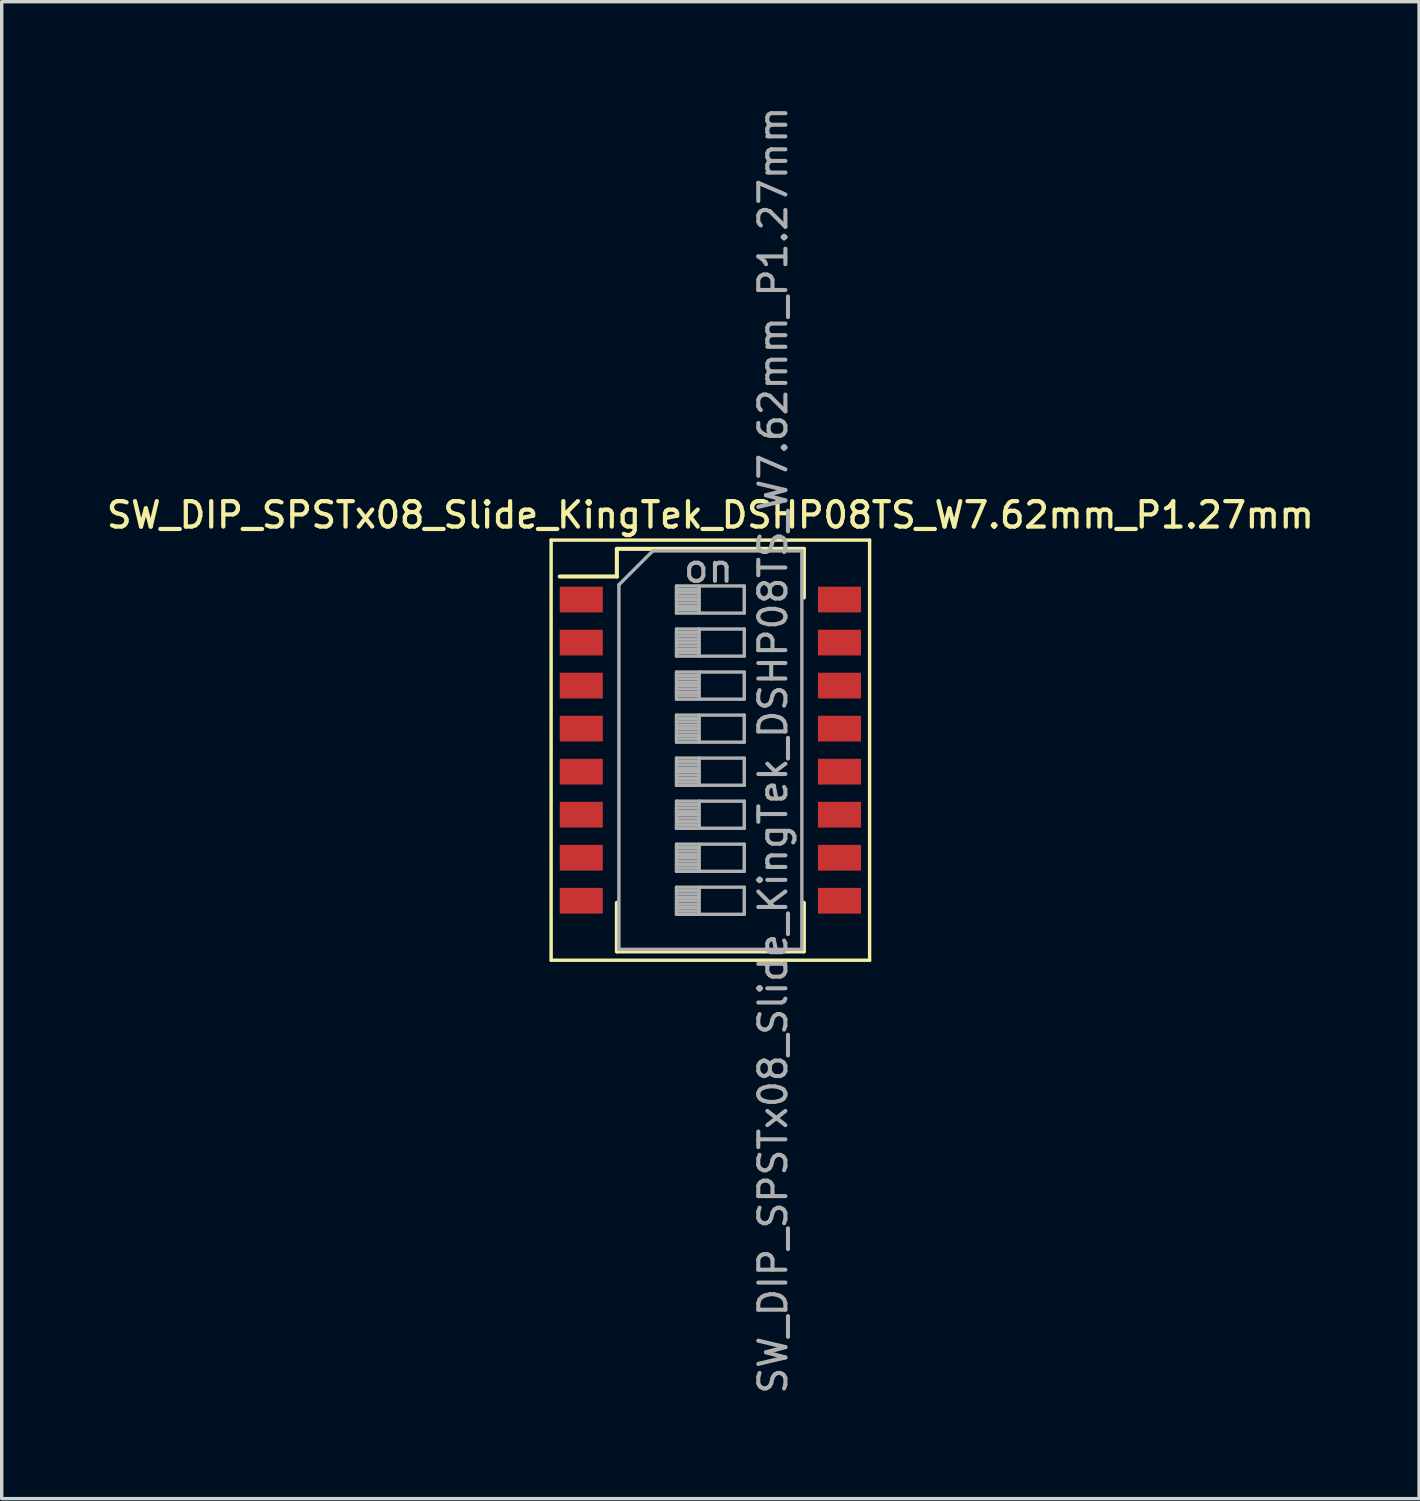
<source format=kicad_pcb>
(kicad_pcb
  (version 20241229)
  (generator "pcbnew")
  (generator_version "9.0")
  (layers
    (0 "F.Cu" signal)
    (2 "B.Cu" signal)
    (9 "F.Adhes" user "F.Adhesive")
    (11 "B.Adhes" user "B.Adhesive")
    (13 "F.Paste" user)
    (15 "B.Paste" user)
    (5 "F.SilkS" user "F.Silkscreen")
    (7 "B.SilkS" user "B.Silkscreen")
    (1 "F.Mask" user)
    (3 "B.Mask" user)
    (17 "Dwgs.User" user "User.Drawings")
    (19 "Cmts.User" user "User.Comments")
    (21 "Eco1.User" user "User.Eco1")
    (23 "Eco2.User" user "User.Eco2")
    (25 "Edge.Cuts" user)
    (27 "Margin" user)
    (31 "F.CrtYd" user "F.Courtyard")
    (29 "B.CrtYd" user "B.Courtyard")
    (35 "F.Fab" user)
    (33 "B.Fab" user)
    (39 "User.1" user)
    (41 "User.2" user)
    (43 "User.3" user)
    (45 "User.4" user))
  (footprint "SW_DIP_SPSTx08_Slide_KingTek_DSHP08TS_W7.62mm_P1.27mm"
    (layer "F.Cu")
    (at 17.916 19.09)
    (property "Reference" "SW_DIP_SPSTx08_Slide_KingTek_DSHP08TS_W7.62mm_P1.27mm" (at 0 -6.94 0) (layer "F.SilkS") (effects (font (size 0.75 0.75) (thickness 0.125))))
    (attr smd)
    (fp_line (start -4.7 -6.2) (end -4.7 6.2) (stroke (width 0.1) (type solid)) (layer "F.SilkS"))
    (fp_line (start -4.7 6.2) (end 4.7 6.2) (stroke (width 0.1) (type solid)) (layer "F.SilkS"))
    (fp_line (start -4.446 -5.125) (end -2.76 -5.125) (stroke (width 0.12) (type solid)) (layer "F.SilkS"))
    (fp_line (start -2.76 -5.941) (end -2.76 -5.125) (stroke (width 0.12) (type solid)) (layer "F.SilkS"))
    (fp_line (start -2.76 -5.941) (end 2.76 -5.941) (stroke (width 0.12) (type solid)) (layer "F.SilkS"))
    (fp_line (start -2.76 4.505) (end -2.76 5.94) (stroke (width 0.12) (type solid)) (layer "F.SilkS"))
    (fp_line (start -2.76 5.94) (end 2.76 5.94) (stroke (width 0.12) (type solid)) (layer "F.SilkS"))
    (fp_line (start 2.76 -5.941) (end 2.76 -4.506) (stroke (width 0.12) (type solid)) (layer "F.SilkS"))
    (fp_line (start 2.76 4.505) (end 2.76 5.94) (stroke (width 0.12) (type solid)) (layer "F.SilkS"))
    (fp_line (start 4.7 -6.2) (end -4.7 -6.2) (stroke (width 0.1) (type solid)) (layer "F.SilkS"))
    (fp_line (start 4.7 6.2) (end 4.7 -6.2) (stroke (width 0.1) (type solid)) (layer "F.SilkS"))
    (fp_line (start -2.7 -4.88) (end -1.7 -5.88) (stroke (width 0.1) (type solid)) (layer "F.Fab"))
    (fp_line (start -2.7 5.88) (end -2.7 -4.88) (stroke (width 0.1) (type solid)) (layer "F.Fab"))
    (fp_line (start -1.7 -5.88) (end 2.7 -5.88) (stroke (width 0.1) (type solid)) (layer "F.Fab"))
    (fp_line (start -1 -4.845) (end -1 -4.045) (stroke (width 0.1) (type solid)) (layer "F.Fab"))
    (fp_line (start -1 -4.745) (end -0.333 -4.745) (stroke (width 0.1) (type solid)) (layer "F.Fab"))
    (fp_line (start -1 -4.645) (end -0.333 -4.645) (stroke (width 0.1) (type solid)) (layer "F.Fab"))
    (fp_line (start -1 -4.545) (end -0.333 -4.545) (stroke (width 0.1) (type solid)) (layer "F.Fab"))
    (fp_line (start -1 -4.445) (end -0.333 -4.445) (stroke (width 0.1) (type solid)) (layer "F.Fab"))
    (fp_line (start -1 -4.345) (end -0.333 -4.345) (stroke (width 0.1) (type solid)) (layer "F.Fab"))
    (fp_line (start -1 -4.245) (end -0.333 -4.245) (stroke (width 0.1) (type solid)) (layer "F.Fab"))
    (fp_line (start -1 -4.145) (end -0.333 -4.145) (stroke (width 0.1) (type solid)) (layer "F.Fab"))
    (fp_line (start -1 -4.045) (end 1 -4.045) (stroke (width 0.1) (type solid)) (layer "F.Fab"))
    (fp_line (start -1 -3.575) (end -1 -2.775) (stroke (width 0.1) (type solid)) (layer "F.Fab"))
    (fp_line (start -1 -3.475) (end -0.333 -3.475) (stroke (width 0.1) (type solid)) (layer "F.Fab"))
    (fp_line (start -1 -3.375) (end -0.333 -3.375) (stroke (width 0.1) (type solid)) (layer "F.Fab"))
    (fp_line (start -1 -3.275) (end -0.333 -3.275) (stroke (width 0.1) (type solid)) (layer "F.Fab"))
    (fp_line (start -1 -3.175) (end -0.333 -3.175) (stroke (width 0.1) (type solid)) (layer "F.Fab"))
    (fp_line (start -1 -3.075) (end -0.333 -3.075) (stroke (width 0.1) (type solid)) (layer "F.Fab"))
    (fp_line (start -1 -2.975) (end -0.333 -2.975) (stroke (width 0.1) (type solid)) (layer "F.Fab"))
    (fp_line (start -1 -2.875) (end -0.333 -2.875) (stroke (width 0.1) (type solid)) (layer "F.Fab"))
    (fp_line (start -1 -2.775) (end 1 -2.775) (stroke (width 0.1) (type solid)) (layer "F.Fab"))
    (fp_line (start -1 -2.305) (end -1 -1.505) (stroke (width 0.1) (type solid)) (layer "F.Fab"))
    (fp_line (start -1 -2.205) (end -0.333 -2.205) (stroke (width 0.1) (type solid)) (layer "F.Fab"))
    (fp_line (start -1 -2.105) (end -0.333 -2.105) (stroke (width 0.1) (type solid)) (layer "F.Fab"))
    (fp_line (start -1 -2.005) (end -0.333 -2.005) (stroke (width 0.1) (type solid)) (layer "F.Fab"))
    (fp_line (start -1 -1.905) (end -0.333 -1.905) (stroke (width 0.1) (type solid)) (layer "F.Fab"))
    (fp_line (start -1 -1.805) (end -0.333 -1.805) (stroke (width 0.1) (type solid)) (layer "F.Fab"))
    (fp_line (start -1 -1.705) (end -0.333 -1.705) (stroke (width 0.1) (type solid)) (layer "F.Fab"))
    (fp_line (start -1 -1.605) (end -0.333 -1.605) (stroke (width 0.1) (type solid)) (layer "F.Fab"))
    (fp_line (start -1 -1.505) (end 1 -1.505) (stroke (width 0.1) (type solid)) (layer "F.Fab"))
    (fp_line (start -1 -1.035) (end -1 -0.235) (stroke (width 0.1) (type solid)) (layer "F.Fab"))
    (fp_line (start -1 -0.935) (end -0.333 -0.935) (stroke (width 0.1) (type solid)) (layer "F.Fab"))
    (fp_line (start -1 -0.835) (end -0.333 -0.835) (stroke (width 0.1) (type solid)) (layer "F.Fab"))
    (fp_line (start -1 -0.735) (end -0.333 -0.735) (stroke (width 0.1) (type solid)) (layer "F.Fab"))
    (fp_line (start -1 -0.635) (end -0.333 -0.635) (stroke (width 0.1) (type solid)) (layer "F.Fab"))
    (fp_line (start -1 -0.535) (end -0.333 -0.535) (stroke (width 0.1) (type solid)) (layer "F.Fab"))
    (fp_line (start -1 -0.435) (end -0.333 -0.435) (stroke (width 0.1) (type solid)) (layer "F.Fab"))
    (fp_line (start -1 -0.335) (end -0.333 -0.335) (stroke (width 0.1) (type solid)) (layer "F.Fab"))
    (fp_line (start -1 -0.235) (end 1 -0.235) (stroke (width 0.1) (type solid)) (layer "F.Fab"))
    (fp_line (start -1 0.235) (end -1 1.035) (stroke (width 0.1) (type solid)) (layer "F.Fab"))
    (fp_line (start -1 0.335) (end -0.333 0.335) (stroke (width 0.1) (type solid)) (layer "F.Fab"))
    (fp_line (start -1 0.435) (end -0.333 0.435) (stroke (width 0.1) (type solid)) (layer "F.Fab"))
    (fp_line (start -1 0.535) (end -0.333 0.535) (stroke (width 0.1) (type solid)) (layer "F.Fab"))
    (fp_line (start -1 0.635) (end -0.333 0.635) (stroke (width 0.1) (type solid)) (layer "F.Fab"))
    (fp_line (start -1 0.735) (end -0.333 0.735) (stroke (width 0.1) (type solid)) (layer "F.Fab"))
    (fp_line (start -1 0.835) (end -0.333 0.835) (stroke (width 0.1) (type solid)) (layer "F.Fab"))
    (fp_line (start -1 0.935) (end -0.333 0.935) (stroke (width 0.1) (type solid)) (layer "F.Fab"))
    (fp_line (start -1 1.035) (end -0.333 1.035) (stroke (width 0.1) (type solid)) (layer "F.Fab"))
    (fp_line (start -1 1.035) (end 1 1.035) (stroke (width 0.1) (type solid)) (layer "F.Fab"))
    (fp_line (start -1 1.505) (end -1 2.305) (stroke (width 0.1) (type solid)) (layer "F.Fab"))
    (fp_line (start -1 1.605) (end -0.333 1.605) (stroke (width 0.1) (type solid)) (layer "F.Fab"))
    (fp_line (start -1 1.705) (end -0.333 1.705) (stroke (width 0.1) (type solid)) (layer "F.Fab"))
    (fp_line (start -1 1.805) (end -0.333 1.805) (stroke (width 0.1) (type solid)) (layer "F.Fab"))
    (fp_line (start -1 1.905) (end -0.333 1.905) (stroke (width 0.1) (type solid)) (layer "F.Fab"))
    (fp_line (start -1 2.005) (end -0.333 2.005) (stroke (width 0.1) (type solid)) (layer "F.Fab"))
    (fp_line (start -1 2.105) (end -0.333 2.105) (stroke (width 0.1) (type solid)) (layer "F.Fab"))
    (fp_line (start -1 2.205) (end -0.333 2.205) (stroke (width 0.1) (type solid)) (layer "F.Fab"))
    (fp_line (start -1 2.305) (end -0.333 2.305) (stroke (width 0.1) (type solid)) (layer "F.Fab"))
    (fp_line (start -1 2.305) (end 1 2.305) (stroke (width 0.1) (type solid)) (layer "F.Fab"))
    (fp_line (start -1 2.775) (end -1 3.575) (stroke (width 0.1) (type solid)) (layer "F.Fab"))
    (fp_line (start -1 2.875) (end -0.333 2.875) (stroke (width 0.1) (type solid)) (layer "F.Fab"))
    (fp_line (start -1 2.975) (end -0.333 2.975) (stroke (width 0.1) (type solid)) (layer "F.Fab"))
    (fp_line (start -1 3.075) (end -0.333 3.075) (stroke (width 0.1) (type solid)) (layer "F.Fab"))
    (fp_line (start -1 3.175) (end -0.333 3.175) (stroke (width 0.1) (type solid)) (layer "F.Fab"))
    (fp_line (start -1 3.275) (end -0.333 3.275) (stroke (width 0.1) (type solid)) (layer "F.Fab"))
    (fp_line (start -1 3.375) (end -0.333 3.375) (stroke (width 0.1) (type solid)) (layer "F.Fab"))
    (fp_line (start -1 3.475) (end -0.333 3.475) (stroke (width 0.1) (type solid)) (layer "F.Fab"))
    (fp_line (start -1 3.575) (end -0.333 3.575) (stroke (width 0.1) (type solid)) (layer "F.Fab"))
    (fp_line (start -1 3.575) (end 1 3.575) (stroke (width 0.1) (type solid)) (layer "F.Fab"))
    (fp_line (start -1 4.045) (end -1 4.845) (stroke (width 0.1) (type solid)) (layer "F.Fab"))
    (fp_line (start -1 4.145) (end -0.333 4.145) (stroke (width 0.1) (type solid)) (layer "F.Fab"))
    (fp_line (start -1 4.245) (end -0.333 4.245) (stroke (width 0.1) (type solid)) (layer "F.Fab"))
    (fp_line (start -1 4.345) (end -0.333 4.345) (stroke (width 0.1) (type solid)) (layer "F.Fab"))
    (fp_line (start -1 4.445) (end -0.333 4.445) (stroke (width 0.1) (type solid)) (layer "F.Fab"))
    (fp_line (start -1 4.545) (end -0.333 4.545) (stroke (width 0.1) (type solid)) (layer "F.Fab"))
    (fp_line (start -1 4.645) (end -0.333 4.645) (stroke (width 0.1) (type solid)) (layer "F.Fab"))
    (fp_line (start -1 4.745) (end -0.333 4.745) (stroke (width 0.1) (type solid)) (layer "F.Fab"))
    (fp_line (start -1 4.845) (end -0.333 4.845) (stroke (width 0.1) (type solid)) (layer "F.Fab"))
    (fp_line (start -1 4.845) (end 1 4.845) (stroke (width 0.1) (type solid)) (layer "F.Fab"))
    (fp_line (start -0.333 -4.845) (end -0.333 -4.045) (stroke (width 0.1) (type solid)) (layer "F.Fab"))
    (fp_line (start -0.333 -3.575) (end -0.333 -2.775) (stroke (width 0.1) (type solid)) (layer "F.Fab"))
    (fp_line (start -0.333 -2.305) (end -0.333 -1.505) (stroke (width 0.1) (type solid)) (layer "F.Fab"))
    (fp_line (start -0.333 -1.035) (end -0.333 -0.235) (stroke (width 0.1) (type solid)) (layer "F.Fab"))
    (fp_line (start -0.333 0.235) (end -0.333 1.035) (stroke (width 0.1) (type solid)) (layer "F.Fab"))
    (fp_line (start -0.333 1.505) (end -0.333 2.305) (stroke (width 0.1) (type solid)) (layer "F.Fab"))
    (fp_line (start -0.333 2.775) (end -0.333 3.575) (stroke (width 0.1) (type solid)) (layer "F.Fab"))
    (fp_line (start -0.333 4.045) (end -0.333 4.845) (stroke (width 0.1) (type solid)) (layer "F.Fab"))
    (fp_line (start 1 -4.845) (end -1 -4.845) (stroke (width 0.1) (type solid)) (layer "F.Fab"))
    (fp_line (start 1 -4.045) (end 1 -4.845) (stroke (width 0.1) (type solid)) (layer "F.Fab"))
    (fp_line (start 1 -3.575) (end -1 -3.575) (stroke (width 0.1) (type solid)) (layer "F.Fab"))
    (fp_line (start 1 -2.775) (end 1 -3.575) (stroke (width 0.1) (type solid)) (layer "F.Fab"))
    (fp_line (start 1 -2.305) (end -1 -2.305) (stroke (width 0.1) (type solid)) (layer "F.Fab"))
    (fp_line (start 1 -1.505) (end 1 -2.305) (stroke (width 0.1) (type solid)) (layer "F.Fab"))
    (fp_line (start 1 -1.035) (end -1 -1.035) (stroke (width 0.1) (type solid)) (layer "F.Fab"))
    (fp_line (start 1 -0.235) (end 1 -1.035) (stroke (width 0.1) (type solid)) (layer "F.Fab"))
    (fp_line (start 1 0.235) (end -1 0.235) (stroke (width 0.1) (type solid)) (layer "F.Fab"))
    (fp_line (start 1 1.035) (end 1 0.235) (stroke (width 0.1) (type solid)) (layer "F.Fab"))
    (fp_line (start 1 1.505) (end -1 1.505) (stroke (width 0.1) (type solid)) (layer "F.Fab"))
    (fp_line (start 1 2.305) (end 1 1.505) (stroke (width 0.1) (type solid)) (layer "F.Fab"))
    (fp_line (start 1 2.775) (end -1 2.775) (stroke (width 0.1) (type solid)) (layer "F.Fab"))
    (fp_line (start 1 3.575) (end 1 2.775) (stroke (width 0.1) (type solid)) (layer "F.Fab"))
    (fp_line (start 1 4.045) (end -1 4.045) (stroke (width 0.1) (type solid)) (layer "F.Fab"))
    (fp_line (start 1 4.845) (end 1 4.045) (stroke (width 0.1) (type solid)) (layer "F.Fab"))
    (fp_line (start 2.7 -5.88) (end 2.7 5.88) (stroke (width 0.1) (type solid)) (layer "F.Fab"))
    (fp_line (start 2.7 5.88) (end -2.7 5.88) (stroke (width 0.1) (type solid)) (layer "F.Fab"))
    (fp_text user "on" (at -0.055 -5.362 0) (layer "F.Fab") (effects (font (size 0.8 0.8) (thickness 0.12))))
    (fp_text user "${REFERENCE}" (at 1.85 0 90) (layer "F.Fab") (effects (font (size 0.8 0.8) (thickness 0.12))))
    (pad "1" smd rect (at -3.81 -4.445) (size 1.27 0.76) (layers "F.Cu" "F.Mask" "F.Paste"))
    (pad "2" smd rect (at -3.81 -3.175) (size 1.27 0.76) (layers "F.Cu" "F.Mask" "F.Paste"))
    (pad "3" smd rect (at -3.81 -1.905) (size 1.27 0.76) (layers "F.Cu" "F.Mask" "F.Paste"))
    (pad "4" smd rect (at -3.81 -0.635) (size 1.27 0.76) (layers "F.Cu" "F.Mask" "F.Paste"))
    (pad "5" smd rect (at -3.81 0.635) (size 1.27 0.76) (layers "F.Cu" "F.Mask" "F.Paste"))
    (pad "6" smd rect (at -3.81 1.905) (size 1.27 0.76) (layers "F.Cu" "F.Mask" "F.Paste"))
    (pad "7" smd rect (at -3.81 3.175) (size 1.27 0.76) (layers "F.Cu" "F.Mask" "F.Paste"))
    (pad "8" smd rect (at -3.81 4.445) (size 1.27 0.76) (layers "F.Cu" "F.Mask" "F.Paste"))
    (pad "9" smd rect (at 3.81 4.445) (size 1.27 0.76) (layers "F.Cu" "F.Mask" "F.Paste"))
    (pad "10" smd rect (at 3.81 3.175) (size 1.27 0.76) (layers "F.Cu" "F.Mask" "F.Paste"))
    (pad "11" smd rect (at 3.81 1.905) (size 1.27 0.76) (layers "F.Cu" "F.Mask" "F.Paste"))
    (pad "12" smd rect (at 3.81 0.635) (size 1.27 0.76) (layers "F.Cu" "F.Mask" "F.Paste"))
    (pad "13" smd rect (at 3.81 -0.635) (size 1.27 0.76) (layers "F.Cu" "F.Mask" "F.Paste"))
    (pad "14" smd rect (at 3.81 -1.905) (size 1.27 0.76) (layers "F.Cu" "F.Mask" "F.Paste"))
    (pad "15" smd rect (at 3.81 -3.175) (size 1.27 0.76) (layers "F.Cu" "F.Mask" "F.Paste"))
    (pad "16" smd rect (at 3.81 -4.445) (size 1.27 0.76) (layers "F.Cu" "F.Mask" "F.Paste")))
  (gr_rect
    (start -3 -3)
    (end 38.832 41.181)
    (stroke (width 0.1) (type default))
    (fill no)
    (layer "Edge.Cuts")))
</source>
